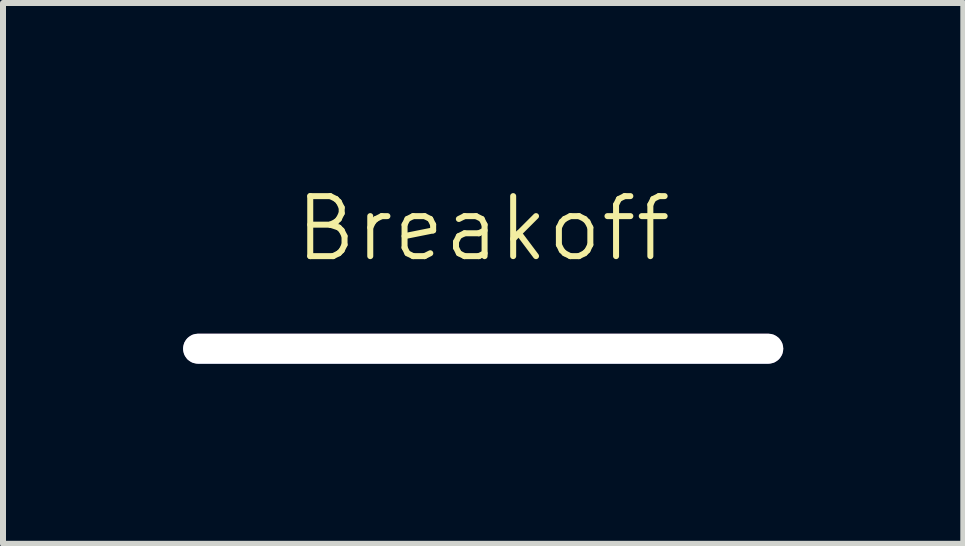
<source format=kicad_pcb>
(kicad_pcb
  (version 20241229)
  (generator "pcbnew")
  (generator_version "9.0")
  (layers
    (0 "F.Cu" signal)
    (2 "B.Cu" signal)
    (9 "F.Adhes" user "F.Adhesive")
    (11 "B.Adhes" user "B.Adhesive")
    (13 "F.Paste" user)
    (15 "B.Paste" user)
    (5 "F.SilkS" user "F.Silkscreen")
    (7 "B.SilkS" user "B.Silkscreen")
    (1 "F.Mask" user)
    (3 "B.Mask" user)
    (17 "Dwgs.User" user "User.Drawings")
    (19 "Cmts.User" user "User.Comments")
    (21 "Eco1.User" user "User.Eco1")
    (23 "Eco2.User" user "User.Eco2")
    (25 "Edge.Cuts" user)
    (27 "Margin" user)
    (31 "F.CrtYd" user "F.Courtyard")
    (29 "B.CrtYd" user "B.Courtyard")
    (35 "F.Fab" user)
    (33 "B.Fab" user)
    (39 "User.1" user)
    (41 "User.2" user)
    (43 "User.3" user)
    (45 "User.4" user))
  (footprint "Breakoff"
    (layer "F.Cu")
    (at 5 2.76)
    (property "Reference" "Breakoff" (at -0.000003 -2 0) (unlocked yes) (layer "F.SilkS") (effects (font (size 1 1) (thickness 0.1))))
    (attr through_hole)
    (pad "" np_thru_hole roundrect (at 0 0) (size 10 0.5) (drill oval 10 0.5) (layers "*.Cu" "*.Mask") (roundrect_rratio 0.5)))
  (gr_rect
    (start -3 -3)
    (end 13 6.011)
    (stroke (width 0.1) (type default))
    (fill no)
    (layer "Edge.Cuts")))
</source>
